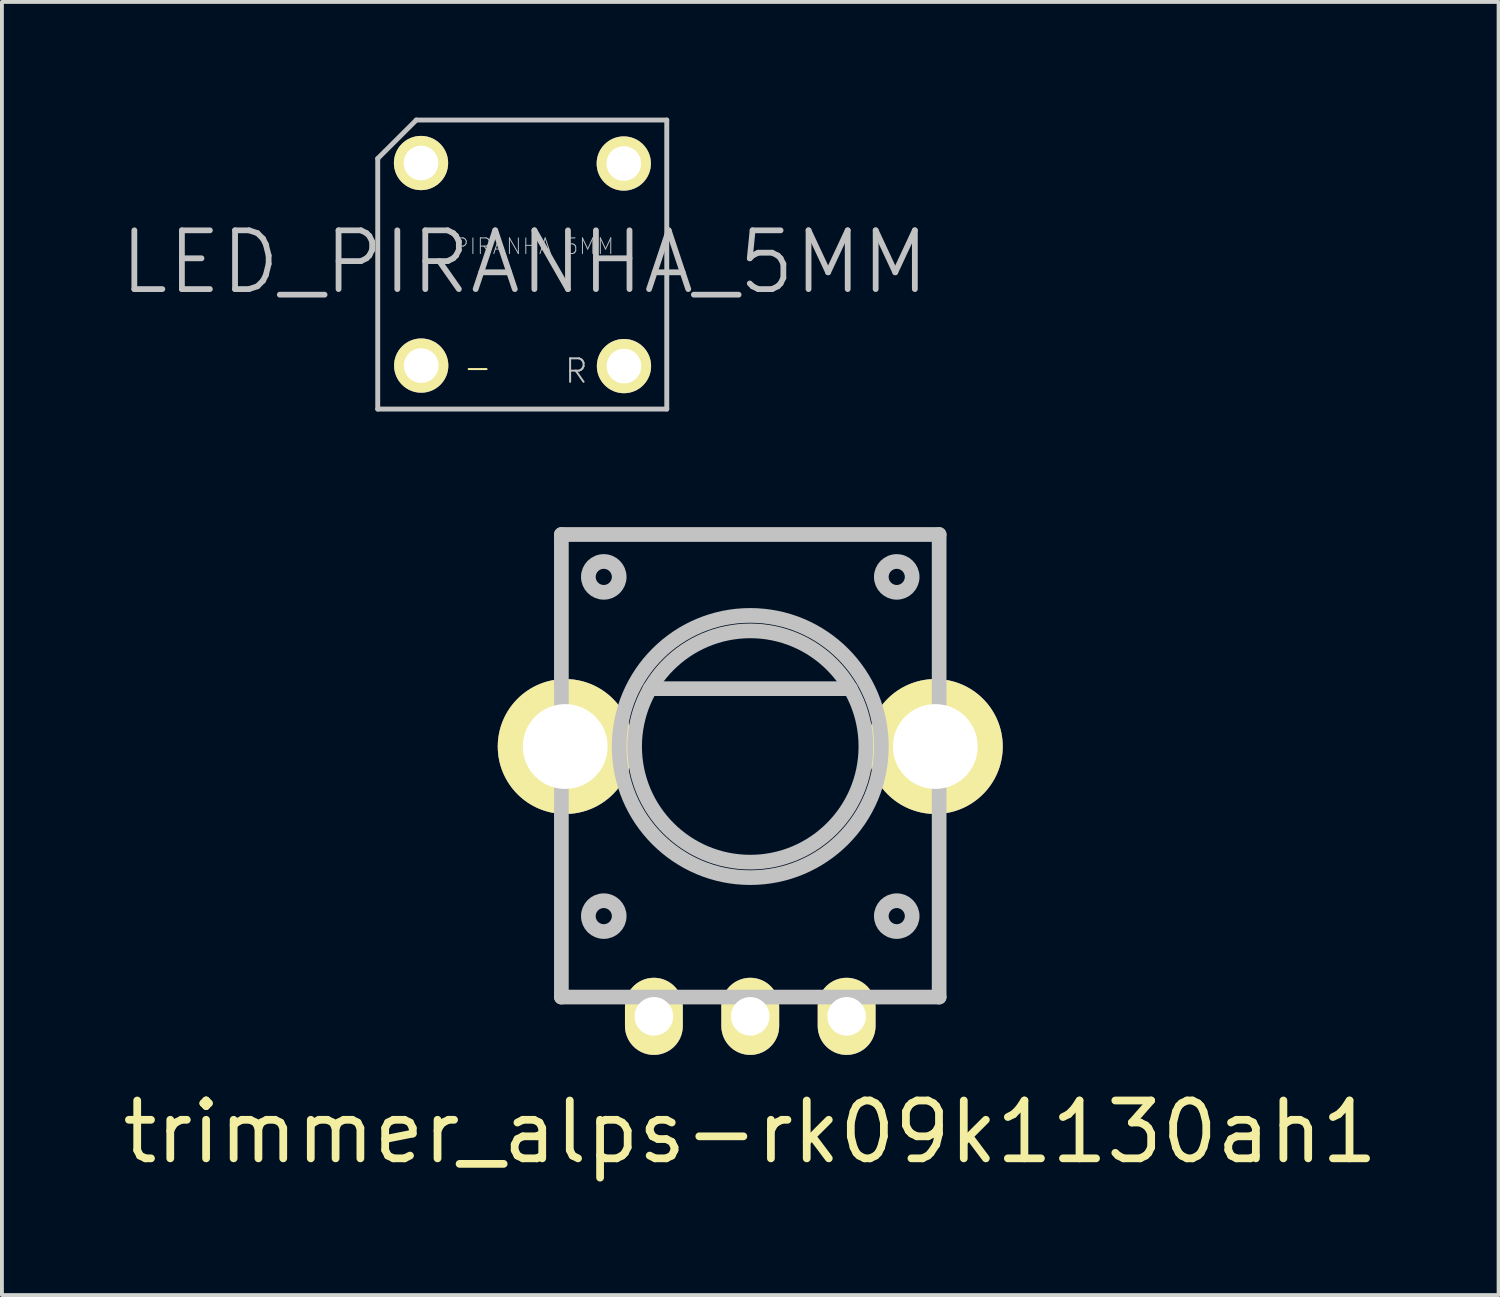
<source format=kicad_pcb>
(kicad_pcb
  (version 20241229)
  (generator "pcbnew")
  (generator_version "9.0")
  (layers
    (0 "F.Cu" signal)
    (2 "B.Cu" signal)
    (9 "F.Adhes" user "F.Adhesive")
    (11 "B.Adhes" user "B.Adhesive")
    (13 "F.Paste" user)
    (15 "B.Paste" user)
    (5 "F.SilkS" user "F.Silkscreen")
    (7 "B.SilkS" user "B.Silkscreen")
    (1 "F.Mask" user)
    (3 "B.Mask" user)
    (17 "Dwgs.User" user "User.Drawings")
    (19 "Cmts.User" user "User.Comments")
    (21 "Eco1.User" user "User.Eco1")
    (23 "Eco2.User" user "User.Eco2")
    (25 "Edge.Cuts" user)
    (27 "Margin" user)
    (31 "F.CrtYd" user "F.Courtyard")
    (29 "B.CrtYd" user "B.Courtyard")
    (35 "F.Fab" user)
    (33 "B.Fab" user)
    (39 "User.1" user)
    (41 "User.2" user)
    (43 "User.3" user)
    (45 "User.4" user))
  (footprint "trimmer_alps-rk09k1130ah1"
    (layer "F.Cu")
    (at 16.413 16.316)
    (property "Reference" "trimmer_alps-rk09k1130ah1" (at 0 10 0) (layer "F.SilkS") (effects (font (size 1.501 1.501) (thickness 0.201))))
    (attr through_hole)
    (fp_line (start -4.9 -5.5) (end 4.9 -5.5) (stroke (width 0.381) (type solid)) (layer "Dwgs.User"))
    (fp_line (start -4.9 6.5) (end -4.9 -5.5) (stroke (width 0.381) (type solid)) (layer "Dwgs.User"))
    (fp_line (start -4.9 6.5) (end 4.9 6.5) (stroke (width 0.381) (type solid)) (layer "Dwgs.User"))
    (fp_line (start -2.601 -1.501) (end 2.601 -1.501) (stroke (width 0.381) (type solid)) (layer "Dwgs.User"))
    (fp_line (start 4.9 -5.5) (end 4.9 6.5) (stroke (width 0.381) (type solid)) (layer "Dwgs.User"))
    (fp_circle (center -3.8 -4.4) (end -4.2 -4.4) (stroke (width 0.381) (type solid)) (fill no) (layer "Dwgs.User"))
    (fp_circle (center -3.8 4.4) (end -4.2 4.4) (stroke (width 0.381) (type solid)) (fill no) (layer "Dwgs.User"))
    (fp_circle (center 0 0) (end -3.401 0) (stroke (width 0.381) (type solid)) (fill no) (layer "Dwgs.User"))
    (fp_circle (center 0 0) (end -3 0) (stroke (width 0.381) (type solid)) (fill no) (layer "Dwgs.User"))
    (fp_circle (center 3.8 -4.4) (end 3.4 -4.4) (stroke (width 0.381) (type solid)) (fill no) (layer "Dwgs.User"))
    (fp_circle (center 3.8 4.4) (end 4.2 4.4) (stroke (width 0.381) (type solid)) (fill no) (layer "Dwgs.User"))
    (pad "" thru_hole circle (at -4.8 0) (size 3.5 3.5) (drill 2.2) (layers "*.Cu" "*.Mask" "F.SilkS"))
    (pad "" thru_hole circle (at 4.8 0) (size 3.5 3.5) (drill 2.2) (layers "*.Cu" "*.Mask" "F.SilkS"))
    (pad "1" thru_hole oval (at -2.5 7) (size 1.5 2) (drill 1) (layers "*.Cu" "*.Mask" "F.SilkS"))
    (pad "2" thru_hole oval (at 0 7) (size 1.5 2) (drill 1) (layers "*.Cu" "*.Mask" "F.SilkS"))
    (pad "3" thru_hole oval (at 2.5 7) (size 1.5 2) (drill 1) (layers "*.Cu" "*.Mask" "F.SilkS")))
  (footprint "LED_PIRANHA_5MM"
    (layer "F.Cu")
    (at 10.559 3.752)
    (property "Reference" "LED_PIRANHA_5MM" (at 0 0 0) (layer "Dwgs.User") (effects (font (size 1.524 1.524) (thickness 0.15))))
    (attr exclude_from_pos_files exclude_from_bom)
    (fp_line (start -3.81 -2.69) (end -3.81 3.81) (stroke (width 0.127) (type solid)) (layer "Dwgs.User"))
    (fp_line (start -3.81 3.81) (end 3.688 3.81) (stroke (width 0.127) (type solid)) (layer "Dwgs.User"))
    (fp_line (start -2.809 -3.688) (end -3.81 -2.69) (stroke (width 0.127) (type solid)) (layer "Dwgs.User"))
    (fp_line (start 3.688 -3.688) (end -2.809 -3.688) (stroke (width 0.127) (type solid)) (layer "Dwgs.User"))
    (fp_line (start 3.688 3.81) (end 3.688 -3.688) (stroke (width 0.127) (type solid)) (layer "Dwgs.User"))
    (fp_text user "-" (at -1.219 2.725 0) (layer "F.SilkS") (effects (font (size 0.61 0.61) (thickness 0.051))))
    (fp_text user "R" (at 1.341 2.824 0) (layer "Dwgs.User") (effects (font (size 0.61 0.61) (thickness 0.051))))
    (fp_text user "PIRANHA 5MM" (at 0.244 -0.411 0) (layer "Dwgs.User") (effects (font (size 0.406 0.406) (thickness 0.025))))
    (pad "-" thru_hole circle (at -2.682 2.682) (size 1.407 1.407) (drill 0.899) (layers "*.Cu" "F.Mask" "F.SilkS" "F.Paste"))
    (pad "B" thru_hole circle (at -2.687 -2.573) (size 1.407 1.407) (drill 0.899) (layers "*.Cu" "F.Mask" "F.SilkS" "F.Paste"))
    (pad "G" thru_hole circle (at 2.573 -2.56) (size 1.407 1.407) (drill 0.899) (layers "*.Cu" "F.Mask" "F.SilkS" "F.Paste"))
    (pad "R" thru_hole circle (at 2.578 2.695) (size 1.407 1.407) (drill 0.899) (layers "*.Cu" "F.Mask" "F.SilkS" "F.Paste")))
  (gr_rect
    (start -3 -3)
    (end 35.826 30.546)
    (stroke (width 0.1) (type default))
    (fill no)
    (layer "Edge.Cuts")))
</source>
